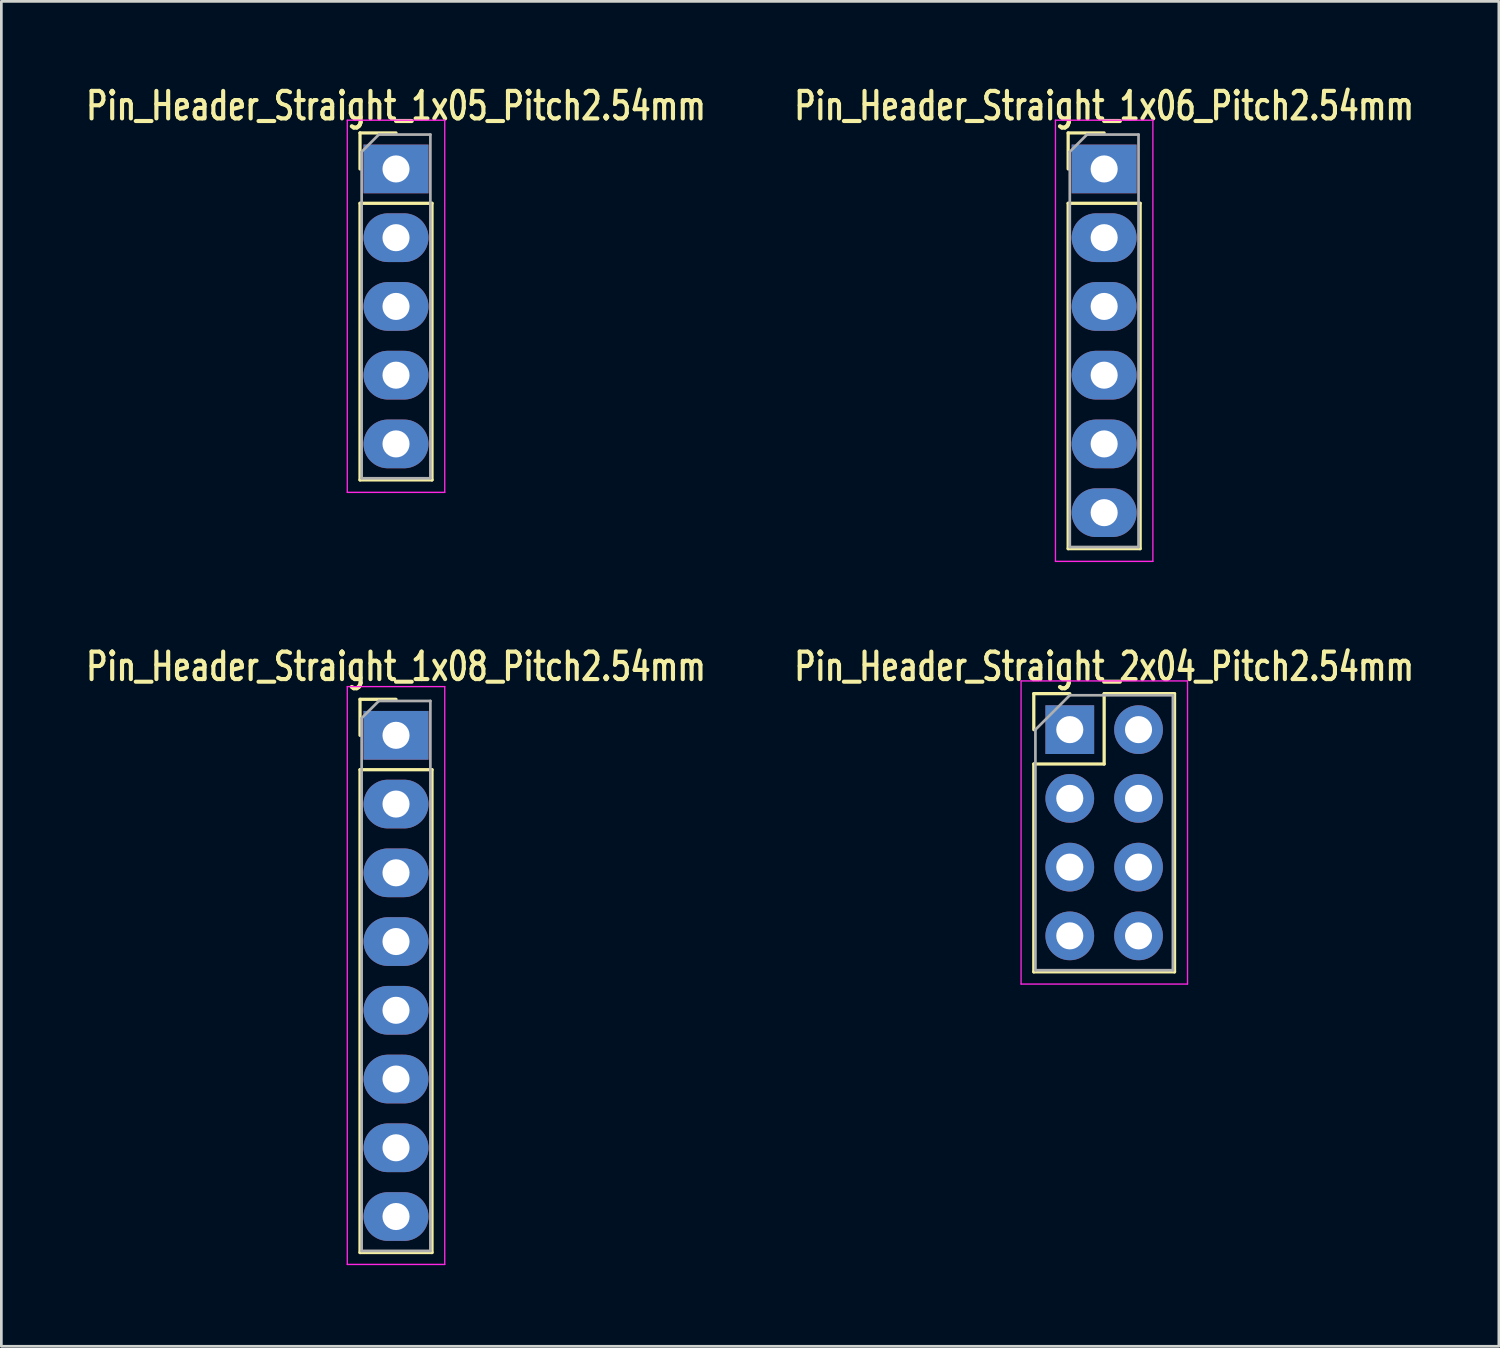
<source format=kicad_pcb>
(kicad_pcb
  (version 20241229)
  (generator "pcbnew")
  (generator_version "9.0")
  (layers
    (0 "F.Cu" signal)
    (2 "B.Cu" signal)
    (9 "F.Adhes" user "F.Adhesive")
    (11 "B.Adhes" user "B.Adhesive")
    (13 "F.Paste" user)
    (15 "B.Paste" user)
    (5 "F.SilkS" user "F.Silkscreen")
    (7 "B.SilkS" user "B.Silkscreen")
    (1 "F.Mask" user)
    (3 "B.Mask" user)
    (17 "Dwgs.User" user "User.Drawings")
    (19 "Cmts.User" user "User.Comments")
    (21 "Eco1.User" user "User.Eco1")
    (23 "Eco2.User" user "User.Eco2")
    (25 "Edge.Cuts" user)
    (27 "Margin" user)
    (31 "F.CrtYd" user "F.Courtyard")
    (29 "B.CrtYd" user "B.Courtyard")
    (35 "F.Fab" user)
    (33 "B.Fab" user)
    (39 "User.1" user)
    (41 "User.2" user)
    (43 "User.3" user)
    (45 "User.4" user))
  (footprint "Pin_Header_Straight_1x06_Pitch2.54mm"
    (layer "F.Cu")
    (at 37.747 3.192)
    (property "Reference" "Pin_Header_Straight_1x06_Pitch2.54mm" (at 0 -2.33 0) (layer "F.SilkS") (effects (font (size 1.016 0.762) (thickness 0.152))))
    (attr through_hole)
    (fp_line (start -1.33 -1.33) (end 0 -1.33) (stroke (width 0.12) (type solid)) (layer "F.SilkS"))
    (fp_line (start -1.33 0) (end -1.33 -1.33) (stroke (width 0.12) (type solid)) (layer "F.SilkS"))
    (fp_line (start -1.33 1.27) (end -1.33 14.03) (stroke (width 0.12) (type solid)) (layer "F.SilkS"))
    (fp_line (start -1.33 1.27) (end 1.33 1.27) (stroke (width 0.12) (type solid)) (layer "F.SilkS"))
    (fp_line (start -1.33 14.03) (end 1.33 14.03) (stroke (width 0.12) (type solid)) (layer "F.SilkS"))
    (fp_line (start 1.33 1.27) (end 1.33 14.03) (stroke (width 0.12) (type solid)) (layer "F.SilkS"))
    (fp_line (start -1.8 -1.8) (end -1.8 14.5) (stroke (width 0.05) (type solid)) (layer "F.CrtYd"))
    (fp_line (start -1.8 14.5) (end 1.8 14.5) (stroke (width 0.05) (type solid)) (layer "F.CrtYd"))
    (fp_line (start 1.8 -1.8) (end -1.8 -1.8) (stroke (width 0.05) (type solid)) (layer "F.CrtYd"))
    (fp_line (start 1.8 14.5) (end 1.8 -1.8) (stroke (width 0.05) (type solid)) (layer "F.CrtYd"))
    (fp_line (start -1.27 -0.635) (end -0.635 -1.27) (stroke (width 0.1) (type solid)) (layer "F.Fab"))
    (fp_line (start -1.27 13.97) (end -1.27 -0.635) (stroke (width 0.1) (type solid)) (layer "F.Fab"))
    (fp_line (start -0.635 -1.27) (end 1.27 -1.27) (stroke (width 0.1) (type solid)) (layer "F.Fab"))
    (fp_line (start 1.27 -1.27) (end 1.27 13.97) (stroke (width 0.1) (type solid)) (layer "F.Fab"))
    (fp_line (start 1.27 13.97) (end -1.27 13.97) (stroke (width 0.1) (type solid)) (layer "F.Fab"))
    (pad "1" thru_hole rect (at 0 0) (size 2.4 1.8) (drill 1) (layers "*.Cu" "*.Mask"))
    (pad "2" thru_hole oval (at 0 2.54) (size 2.4 1.8) (drill 1) (layers "*.Cu" "*.Mask"))
    (pad "3" thru_hole oval (at 0 5.08) (size 2.4 1.8) (drill 1) (layers "*.Cu" "*.Mask"))
    (pad "4" thru_hole oval (at 0 7.62) (size 2.4 1.8) (drill 1) (layers "*.Cu" "*.Mask"))
    (pad "5" thru_hole oval (at 0 10.16) (size 2.4 1.8) (drill 1) (layers "*.Cu" "*.Mask"))
    (pad "6" thru_hole oval (at 0 12.7) (size 2.4 1.8) (drill 1) (layers "*.Cu" "*.Mask")))
  (footprint "Pin_Header_Straight_1x08_Pitch2.54mm"
    (layer "F.Cu")
    (at 11.582 24.119)
    (property "Reference" "Pin_Header_Straight_1x08_Pitch2.54mm" (at 0 -2.54 0) (layer "F.SilkS") (effects (font (size 1.016 0.762) (thickness 0.152))))
    (attr through_hole)
    (fp_line (start -1.33 -1.33) (end 0 -1.33) (stroke (width 0.12) (type solid)) (layer "F.SilkS"))
    (fp_line (start -1.33 0) (end -1.33 -1.33) (stroke (width 0.12) (type solid)) (layer "F.SilkS"))
    (fp_line (start -1.33 1.27) (end -1.33 19.11) (stroke (width 0.12) (type solid)) (layer "F.SilkS"))
    (fp_line (start -1.33 1.27) (end 1.33 1.27) (stroke (width 0.12) (type solid)) (layer "F.SilkS"))
    (fp_line (start -1.33 19.11) (end 1.33 19.11) (stroke (width 0.12) (type solid)) (layer "F.SilkS"))
    (fp_line (start 1.33 1.27) (end 1.33 19.11) (stroke (width 0.12) (type solid)) (layer "F.SilkS"))
    (fp_line (start -1.8 -1.8) (end -1.8 19.55) (stroke (width 0.05) (type solid)) (layer "F.CrtYd"))
    (fp_line (start -1.8 19.55) (end 1.8 19.55) (stroke (width 0.05) (type solid)) (layer "F.CrtYd"))
    (fp_line (start 1.8 -1.8) (end -1.8 -1.8) (stroke (width 0.05) (type solid)) (layer "F.CrtYd"))
    (fp_line (start 1.8 19.55) (end 1.8 -1.8) (stroke (width 0.05) (type solid)) (layer "F.CrtYd"))
    (fp_line (start -1.27 -0.635) (end -0.635 -1.27) (stroke (width 0.1) (type solid)) (layer "F.Fab"))
    (fp_line (start -1.27 19.05) (end -1.27 -0.635) (stroke (width 0.1) (type solid)) (layer "F.Fab"))
    (fp_line (start -0.635 -1.27) (end 1.27 -1.27) (stroke (width 0.1) (type solid)) (layer "F.Fab"))
    (fp_line (start 1.27 -1.27) (end 1.27 19.05) (stroke (width 0.1) (type solid)) (layer "F.Fab"))
    (fp_line (start 1.27 19.05) (end -1.27 19.05) (stroke (width 0.1) (type solid)) (layer "F.Fab"))
    (pad "1" thru_hole rect (at 0 0) (size 2.4 1.8) (drill 1) (layers "*.Cu" "*.Mask"))
    (pad "2" thru_hole oval (at 0 2.54) (size 2.4 1.8) (drill 1) (layers "*.Cu" "*.Mask"))
    (pad "3" thru_hole oval (at 0 5.08) (size 2.4 1.8) (drill 1) (layers "*.Cu" "*.Mask"))
    (pad "4" thru_hole oval (at 0 7.62) (size 2.4 1.8) (drill 1) (layers "*.Cu" "*.Mask"))
    (pad "5" thru_hole oval (at 0 10.16) (size 2.4 1.8) (drill 1) (layers "*.Cu" "*.Mask"))
    (pad "6" thru_hole oval (at 0 12.7) (size 2.4 1.8) (drill 1) (layers "*.Cu" "*.Mask"))
    (pad "7" thru_hole oval (at 0 15.24) (size 2.4 1.8) (drill 1) (layers "*.Cu" "*.Mask"))
    (pad "8" thru_hole oval (at 0 17.78) (size 2.4 1.8) (drill 1) (layers "*.Cu" "*.Mask")))
  (footprint "Pin_Header_Straight_2x04_Pitch2.54mm"
    (layer "F.Cu")
    (at 36.477 23.909)
    (property "Reference" "Pin_Header_Straight_2x04_Pitch2.54mm" (at 1.27 -2.33 0) (layer "F.SilkS") (effects (font (size 1.016 0.762) (thickness 0.152))))
    (attr through_hole)
    (fp_line (start -1.33 -1.33) (end 0 -1.33) (stroke (width 0.12) (type solid)) (layer "F.SilkS"))
    (fp_line (start -1.33 0) (end -1.33 -1.33) (stroke (width 0.12) (type solid)) (layer "F.SilkS"))
    (fp_line (start -1.33 1.27) (end -1.33 8.95) (stroke (width 0.12) (type solid)) (layer "F.SilkS"))
    (fp_line (start -1.33 1.27) (end 1.27 1.27) (stroke (width 0.12) (type solid)) (layer "F.SilkS"))
    (fp_line (start -1.33 8.95) (end 3.87 8.95) (stroke (width 0.12) (type solid)) (layer "F.SilkS"))
    (fp_line (start 1.27 -1.33) (end 3.87 -1.33) (stroke (width 0.12) (type solid)) (layer "F.SilkS"))
    (fp_line (start 1.27 1.27) (end 1.27 -1.33) (stroke (width 0.12) (type solid)) (layer "F.SilkS"))
    (fp_line (start 3.87 -1.33) (end 3.87 8.95) (stroke (width 0.12) (type solid)) (layer "F.SilkS"))
    (fp_line (start -1.8 -1.8) (end -1.8 9.4) (stroke (width 0.05) (type solid)) (layer "F.CrtYd"))
    (fp_line (start -1.8 9.4) (end 4.35 9.4) (stroke (width 0.05) (type solid)) (layer "F.CrtYd"))
    (fp_line (start 4.35 -1.8) (end -1.8 -1.8) (stroke (width 0.05) (type solid)) (layer "F.CrtYd"))
    (fp_line (start 4.35 9.4) (end 4.35 -1.8) (stroke (width 0.05) (type solid)) (layer "F.CrtYd"))
    (fp_line (start -1.27 0) (end 0 -1.27) (stroke (width 0.1) (type solid)) (layer "F.Fab"))
    (fp_line (start -1.27 8.89) (end -1.27 0) (stroke (width 0.1) (type solid)) (layer "F.Fab"))
    (fp_line (start 0 -1.27) (end 3.81 -1.27) (stroke (width 0.1) (type solid)) (layer "F.Fab"))
    (fp_line (start 3.81 -1.27) (end 3.81 8.89) (stroke (width 0.1) (type solid)) (layer "F.Fab"))
    (fp_line (start 3.81 8.89) (end -1.27 8.89) (stroke (width 0.1) (type solid)) (layer "F.Fab"))
    (pad "1" thru_hole rect (at 0 0) (size 1.8 1.8) (drill 1) (layers "*.Cu" "*.Mask"))
    (pad "2" thru_hole oval (at 2.54 0) (size 1.8 1.8) (drill 1) (layers "*.Cu" "*.Mask"))
    (pad "3" thru_hole oval (at 0 2.54) (size 1.8 1.8) (drill 1) (layers "*.Cu" "*.Mask"))
    (pad "4" thru_hole oval (at 2.54 2.54) (size 1.8 1.8) (drill 1) (layers "*.Cu" "*.Mask"))
    (pad "5" thru_hole oval (at 0 5.08) (size 1.8 1.8) (drill 1) (layers "*.Cu" "*.Mask"))
    (pad "6" thru_hole oval (at 2.54 5.08) (size 1.8 1.8) (drill 1) (layers "*.Cu" "*.Mask"))
    (pad "7" thru_hole oval (at 0 7.62) (size 1.8 1.8) (drill 1) (layers "*.Cu" "*.Mask"))
    (pad "8" thru_hole oval (at 2.54 7.62) (size 1.8 1.8) (drill 1) (layers "*.Cu" "*.Mask")))
  (footprint "Pin_Header_Straight_1x05_Pitch2.54mm"
    (layer "F.Cu")
    (at 11.582 3.192)
    (property "Reference" "Pin_Header_Straight_1x05_Pitch2.54mm" (at 0 -2.33 0) (layer "F.SilkS") (effects (font (size 1.016 0.762) (thickness 0.152))))
    (attr through_hole)
    (fp_line (start -1.33 -1.33) (end 0 -1.33) (stroke (width 0.12) (type solid)) (layer "F.SilkS"))
    (fp_line (start -1.33 0) (end -1.33 -1.33) (stroke (width 0.12) (type solid)) (layer "F.SilkS"))
    (fp_line (start -1.33 1.27) (end -1.33 11.49) (stroke (width 0.12) (type solid)) (layer "F.SilkS"))
    (fp_line (start -1.33 1.27) (end 1.33 1.27) (stroke (width 0.12) (type solid)) (layer "F.SilkS"))
    (fp_line (start -1.33 11.49) (end 1.33 11.49) (stroke (width 0.12) (type solid)) (layer "F.SilkS"))
    (fp_line (start 1.33 1.27) (end 1.33 11.49) (stroke (width 0.12) (type solid)) (layer "F.SilkS"))
    (fp_line (start -1.8 -1.8) (end -1.8 11.95) (stroke (width 0.05) (type solid)) (layer "F.CrtYd"))
    (fp_line (start -1.8 11.95) (end 1.8 11.95) (stroke (width 0.05) (type solid)) (layer "F.CrtYd"))
    (fp_line (start 1.8 -1.8) (end -1.8 -1.8) (stroke (width 0.05) (type solid)) (layer "F.CrtYd"))
    (fp_line (start 1.8 11.95) (end 1.8 -1.8) (stroke (width 0.05) (type solid)) (layer "F.CrtYd"))
    (fp_line (start -1.27 -0.635) (end -0.635 -1.27) (stroke (width 0.1) (type solid)) (layer "F.Fab"))
    (fp_line (start -1.27 11.43) (end -1.27 -0.635) (stroke (width 0.1) (type solid)) (layer "F.Fab"))
    (fp_line (start -0.635 -1.27) (end 1.27 -1.27) (stroke (width 0.1) (type solid)) (layer "F.Fab"))
    (fp_line (start 1.27 -1.27) (end 1.27 11.43) (stroke (width 0.1) (type solid)) (layer "F.Fab"))
    (fp_line (start 1.27 11.43) (end -1.27 11.43) (stroke (width 0.1) (type solid)) (layer "F.Fab"))
    (pad "1" thru_hole rect (at 0 0) (size 2.4 1.8) (drill 1) (layers "*.Cu" "*.Mask"))
    (pad "2" thru_hole oval (at 0 2.54) (size 2.4 1.8) (drill 1) (layers "*.Cu" "*.Mask"))
    (pad "3" thru_hole oval (at 0 5.08) (size 2.4 1.8) (drill 1) (layers "*.Cu" "*.Mask"))
    (pad "4" thru_hole oval (at 0 7.62) (size 2.4 1.8) (drill 1) (layers "*.Cu" "*.Mask"))
    (pad "5" thru_hole oval (at 0 10.16) (size 2.4 1.8) (drill 1) (layers "*.Cu" "*.Mask")))
  (gr_rect
    (start -3 -3)
    (end 52.33 46.694)
    (stroke (width 0.1) (type default))
    (fill no)
    (layer "Edge.Cuts")))
</source>
